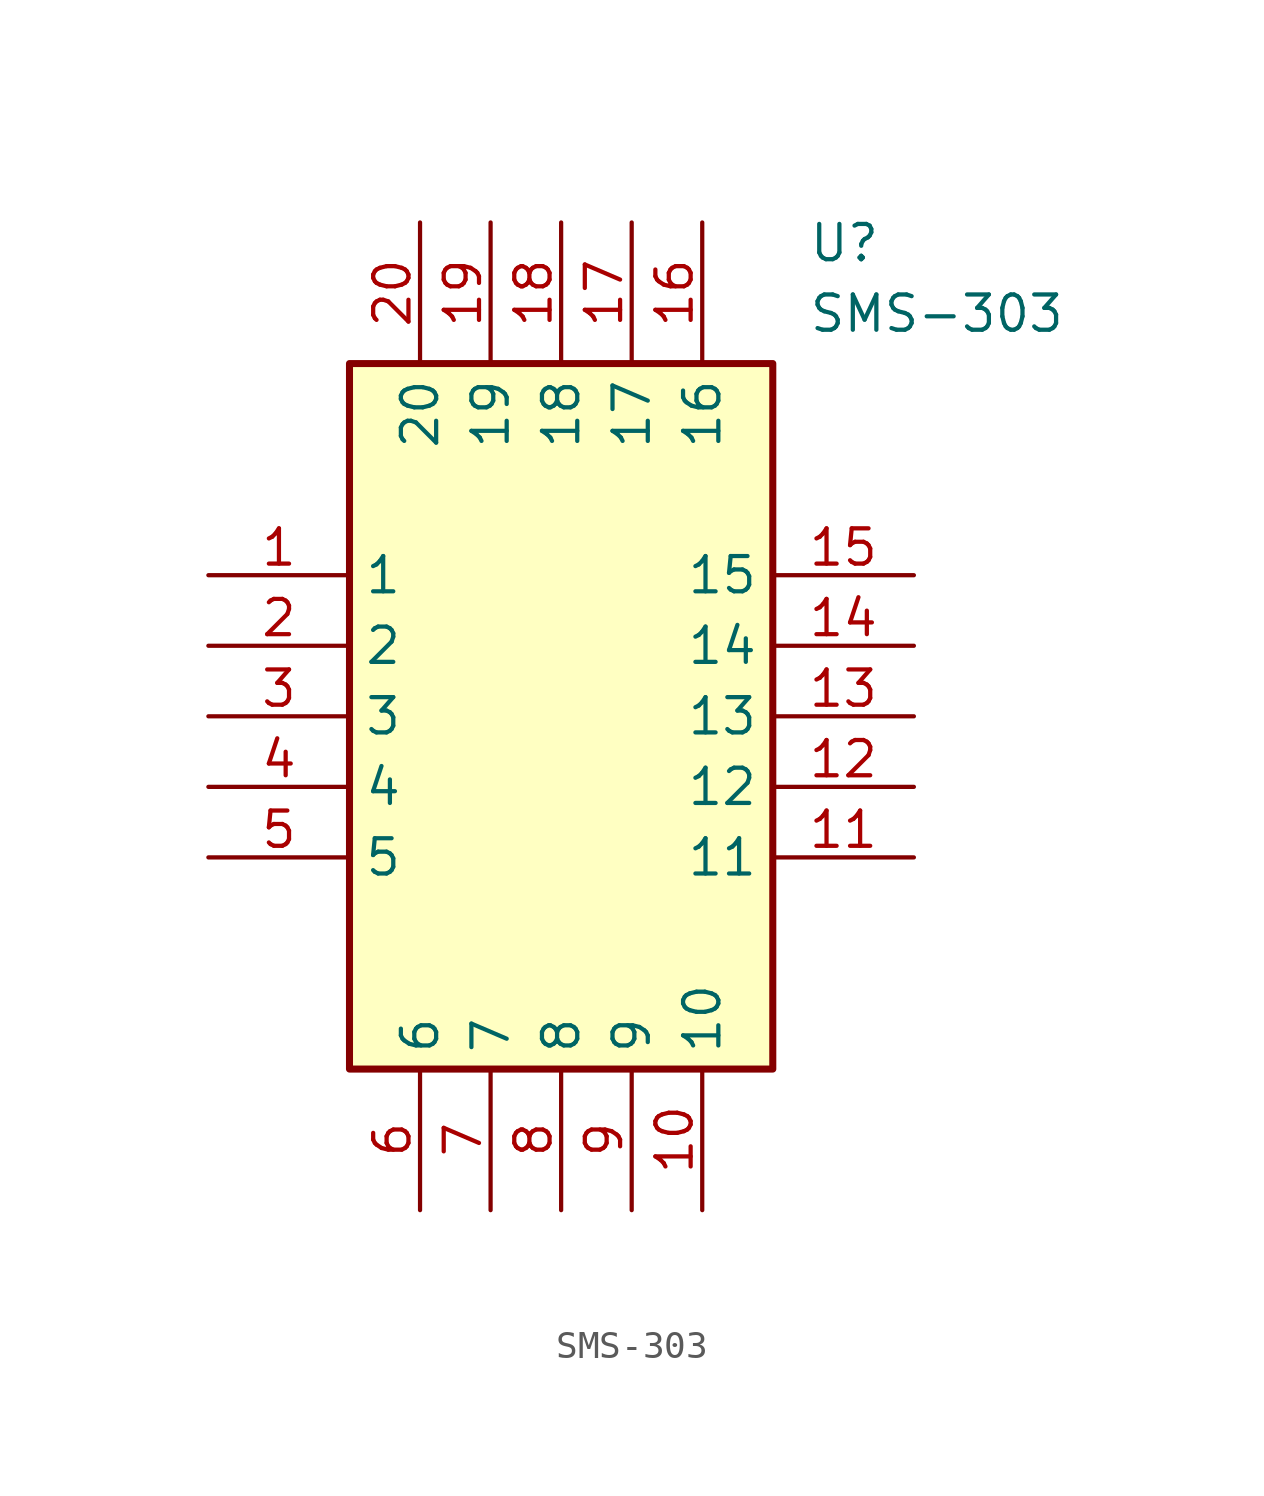
<source format=kicad_sym>
(kicad_symbol_lib
  (version 20211014)
  (generator SamacSys_ECAD_Model)
  (symbol "SMS-303"
    (property "Reference" "U"
      (at 21.59 12.7 0)
      (effects (font (size 1.27 1.27)) (justify left top)))
    (property "Value" "SMS-303"
      (at 21.59 10.16 0)
      (effects (font (size 1.27 1.27)) (justify left top)))
    (rectangle
      (start 5.08 7.62)
      (end 20.32 -17.78)
      (stroke (width 0.254) (type default))
      (fill (type background)))
    (pin passive line
      (at 0 0 0)
      (length 5.08)
      (name "1" (effects (font (size 1.27 1.27))))
      (number "1" (effects (font (size 1.27 1.27)))))
    (pin passive line
      (at 0 -2.54 0)
      (length 5.08)
      (name "2" (effects (font (size 1.27 1.27))))
      (number "2" (effects (font (size 1.27 1.27)))))
    (pin passive line
      (at 0 -5.08 0)
      (length 5.08)
      (name "3" (effects (font (size 1.27 1.27))))
      (number "3" (effects (font (size 1.27 1.27)))))
    (pin passive line
      (at 0 -7.62 0)
      (length 5.08)
      (name "4" (effects (font (size 1.27 1.27))))
      (number "4" (effects (font (size 1.27 1.27)))))
    (pin passive line
      (at 0 -10.16 0)
      (length 5.08)
      (name "5" (effects (font (size 1.27 1.27))))
      (number "5" (effects (font (size 1.27 1.27)))))
    (pin passive line
      (at 7.62 -22.86 90)
      (length 5.08)
      (name "6" (effects (font (size 1.27 1.27))))
      (number "6" (effects (font (size 1.27 1.27)))))
    (pin passive line
      (at 10.16 -22.86 90)
      (length 5.08)
      (name "7" (effects (font (size 1.27 1.27))))
      (number "7" (effects (font (size 1.27 1.27)))))
    (pin passive line
      (at 12.7 -22.86 90)
      (length 5.08)
      (name "8" (effects (font (size 1.27 1.27))))
      (number "8" (effects (font (size 1.27 1.27)))))
    (pin passive line
      (at 15.24 -22.86 90)
      (length 5.08)
      (name "9" (effects (font (size 1.27 1.27))))
      (number "9" (effects (font (size 1.27 1.27)))))
    (pin passive line
      (at 17.78 -22.86 90)
      (length 5.08)
      (name "10" (effects (font (size 1.27 1.27))))
      (number "10" (effects (font (size 1.27 1.27)))))
    (pin passive line
      (at 25.4 -10.16 180)
      (length 5.08)
      (name "11" (effects (font (size 1.27 1.27))))
      (number "11" (effects (font (size 1.27 1.27)))))
    (pin passive line
      (at 25.4 -7.62 180)
      (length 5.08)
      (name "12" (effects (font (size 1.27 1.27))))
      (number "12" (effects (font (size 1.27 1.27)))))
    (pin passive line
      (at 25.4 -5.08 180)
      (length 5.08)
      (name "13" (effects (font (size 1.27 1.27))))
      (number "13" (effects (font (size 1.27 1.27)))))
    (pin passive line
      (at 25.4 -2.54 180)
      (length 5.08)
      (name "14" (effects (font (size 1.27 1.27))))
      (number "14" (effects (font (size 1.27 1.27)))))
    (pin passive line
      (at 25.4 0 180)
      (length 5.08)
      (name "15" (effects (font (size 1.27 1.27))))
      (number "15" (effects (font (size 1.27 1.27)))))
    (pin passive line
      (at 17.78 12.7 270)
      (length 5.08)
      (name "16" (effects (font (size 1.27 1.27))))
      (number "16" (effects (font (size 1.27 1.27)))))
    (pin passive line
      (at 15.24 12.7 270)
      (length 5.08)
      (name "17" (effects (font (size 1.27 1.27))))
      (number "17" (effects (font (size 1.27 1.27)))))
    (pin passive line
      (at 12.7 12.7 270)
      (length 5.08)
      (name "18" (effects (font (size 1.27 1.27))))
      (number "18" (effects (font (size 1.27 1.27)))))
    (pin passive line
      (at 10.16 12.7 270)
      (length 5.08)
      (name "19" (effects (font (size 1.27 1.27))))
      (number "19" (effects (font (size 1.27 1.27)))))
    (pin passive line
      (at 7.62 12.7 270)
      (length 5.08)
      (name "20" (effects (font (size 1.27 1.27))))
      (number "20" (effects (font (size 1.27 1.27)))))))
</source>
